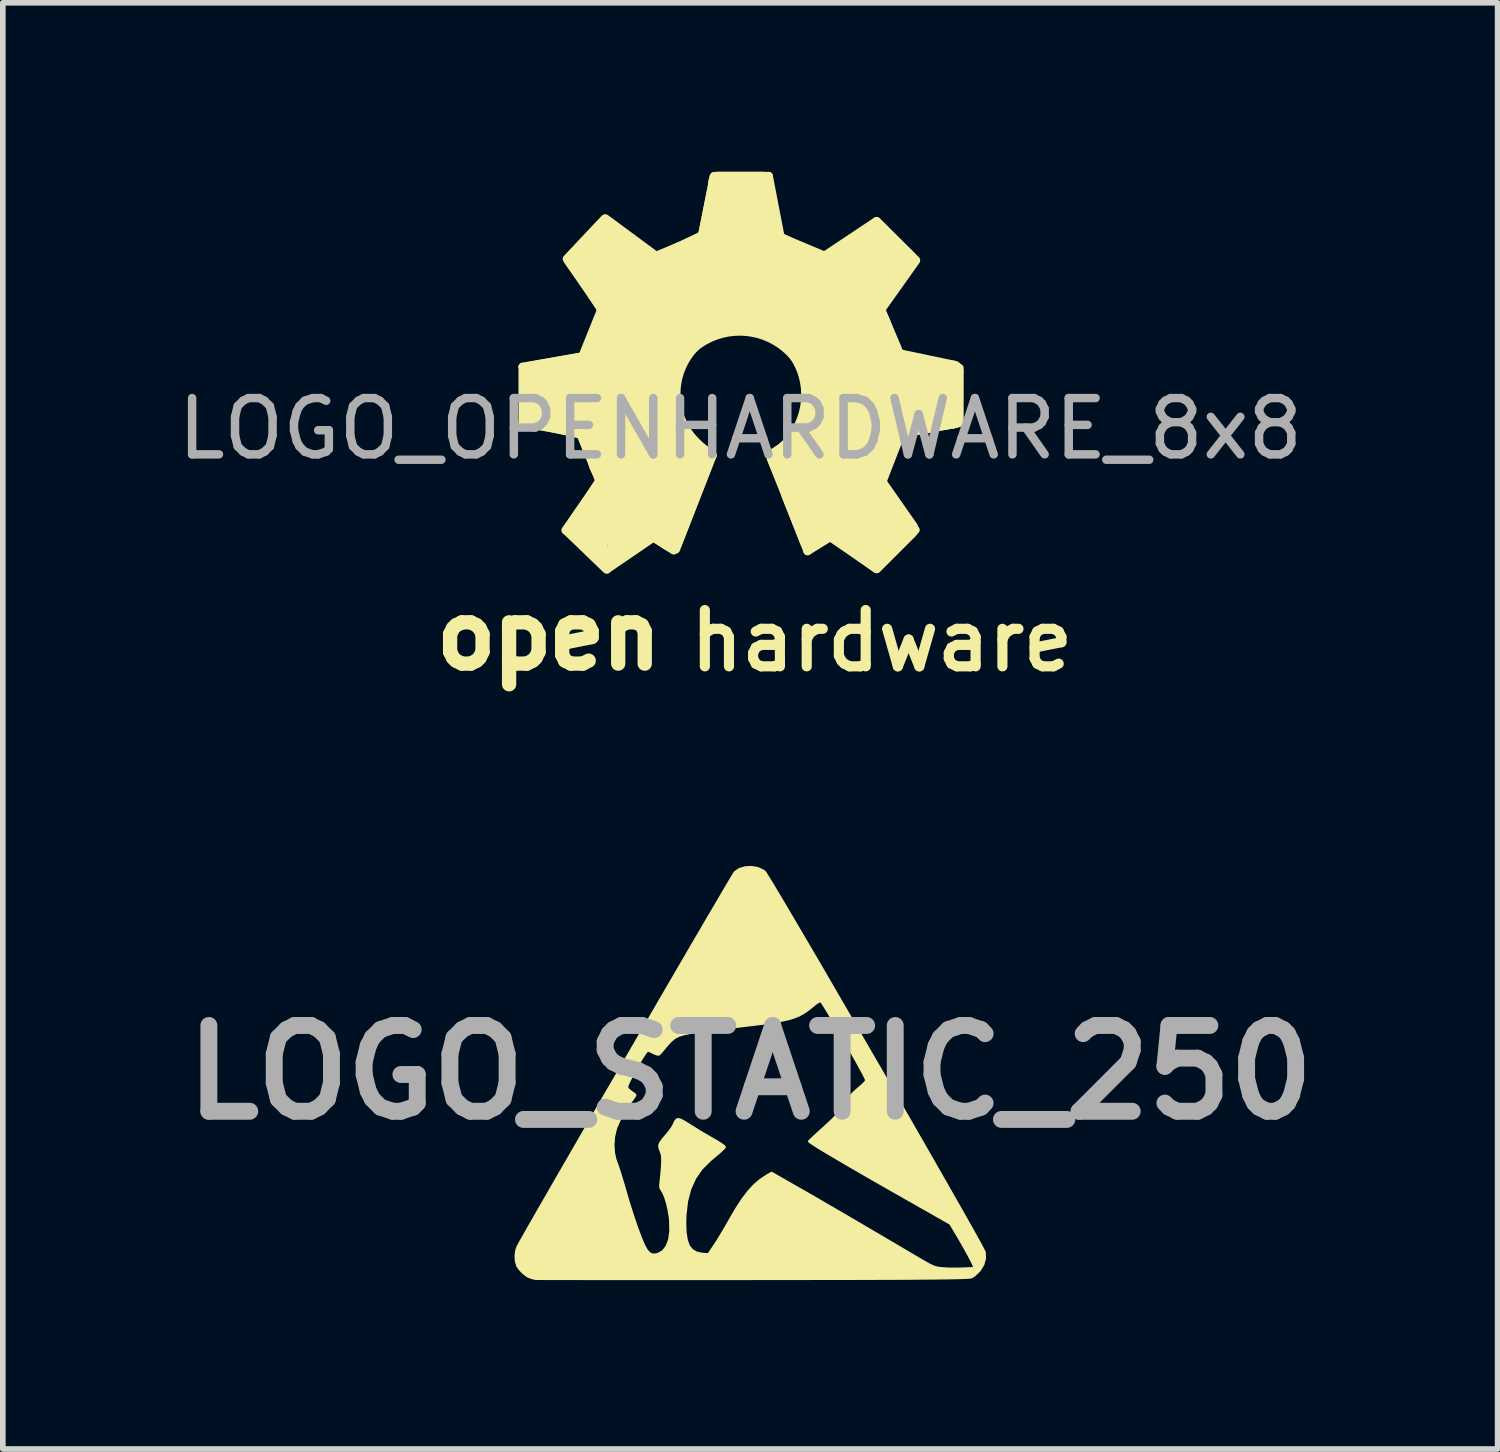
<source format=kicad_pcb>
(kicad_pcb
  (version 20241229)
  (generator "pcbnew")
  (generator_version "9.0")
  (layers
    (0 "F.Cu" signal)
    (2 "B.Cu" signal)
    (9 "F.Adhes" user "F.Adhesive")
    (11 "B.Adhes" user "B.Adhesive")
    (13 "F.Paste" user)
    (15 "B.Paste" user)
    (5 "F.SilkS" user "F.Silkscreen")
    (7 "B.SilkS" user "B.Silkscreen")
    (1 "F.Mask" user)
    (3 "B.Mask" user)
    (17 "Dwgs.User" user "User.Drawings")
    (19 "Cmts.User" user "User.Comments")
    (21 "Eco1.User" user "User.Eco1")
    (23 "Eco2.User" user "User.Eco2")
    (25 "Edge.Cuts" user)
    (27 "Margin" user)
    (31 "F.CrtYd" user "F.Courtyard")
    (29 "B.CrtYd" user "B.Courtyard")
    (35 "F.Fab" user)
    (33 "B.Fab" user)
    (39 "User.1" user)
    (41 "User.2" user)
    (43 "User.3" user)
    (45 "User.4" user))
  (footprint "LOGO_OPENHARDWARE_8x8"
    (layer "F.Cu")
    (at 10.101 4.066)
    (property "Reference" "LOGO_OPENHARDWARE_8x8" (at 0 0.5 0) (layer "F.Fab") (effects (font (size 1 1) (thickness 0.15))))
    (attr through_hole)
    (fp_line (start -3.868 -0.599) (end -2.697 -0.803) (stroke (width 0.15) (type solid)) (layer "F.SilkS"))
    (fp_line (start -3.866 -0.597) (end -3.866 0.389) (stroke (width 0.15) (type solid)) (layer "F.SilkS"))
    (fp_line (start -3.866 0.396) (end -2.794 0.592) (stroke (width 0.15) (type solid)) (layer "F.SilkS"))
    (fp_line (start -3.729 -0.505) (end -2.71 -0.686) (stroke (width 0.37) (type solid)) (layer "F.SilkS"))
    (fp_line (start -3.726 0.284) (end -2.776 0.503) (stroke (width 0.37) (type solid)) (layer "F.SilkS"))
    (fp_line (start -3.716 -0.493) (end -3.721 0.295) (stroke (width 0.38) (type solid)) (layer "F.SilkS"))
    (fp_line (start -3.716 -0.353) (end -2.601 -0.599) (stroke (width 0.15) (type solid)) (layer "F.SilkS"))
    (fp_line (start -3.574 -0.409) (end -3.574 0.241) (stroke (width 0.15) (type solid)) (layer "F.SilkS"))
    (fp_line (start -3.259 -0.112) (end -1.841 -0.173) (stroke (width 1) (type solid)) (layer "F.SilkS"))
    (fp_line (start -3.104 2.304) (end -2.507 1.44) (stroke (width 0.15) (type solid)) (layer "F.SilkS"))
    (fp_line (start -3.081 -2.517) (end -2.408 -3.231) (stroke (width 0.15) (type solid)) (layer "F.SilkS"))
    (fp_line (start -3.061 -2.482) (end -2.466 -1.628) (stroke (width 0.15) (type solid)) (layer "F.SilkS"))
    (fp_line (start -2.939 2.286) (end -2.375 2.824) (stroke (width 0.38) (type solid)) (layer "F.SilkS"))
    (fp_line (start -2.924 2.286) (end -2.39 1.453) (stroke (width 0.37) (type solid)) (layer "F.SilkS"))
    (fp_line (start -2.918 -2.512) (end -2.418 -3.045) (stroke (width 0.38) (type solid)) (layer "F.SilkS"))
    (fp_line (start -2.908 -2.489) (end -2.352 -1.638) (stroke (width 0.37) (type solid)) (layer "F.SilkS"))
    (fp_line (start -2.799 -0.798) (end -2.464 -1.631) (stroke (width 0.15) (type solid)) (layer "F.SilkS"))
    (fp_line (start -2.748 0.526) (end -2.39 1.41) (stroke (width 0.37) (type solid)) (layer "F.SilkS"))
    (fp_line (start -2.68 -0.721) (end -2.332 -1.587) (stroke (width 0.37) (type solid)) (layer "F.SilkS"))
    (fp_line (start -2.461 0.376) (end -1.755 0.249) (stroke (width 1) (type solid)) (layer "F.SilkS"))
    (fp_line (start -2.426 -2.969) (end -1.542 -2.248) (stroke (width 0.15) (type solid)) (layer "F.SilkS"))
    (fp_line (start -2.395 -3.233) (end -1.425 -2.517) (stroke (width 0.15) (type solid)) (layer "F.SilkS"))
    (fp_line (start -2.375 3) (end -3.096 2.306) (stroke (width 0.15) (type solid)) (layer "F.SilkS"))
    (fp_line (start -2.37 -3.071) (end -1.542 -2.418) (stroke (width 0.37) (type solid)) (layer "F.SilkS"))
    (fp_line (start -2.362 2.824) (end -1.582 2.294) (stroke (width 0.4) (type solid)) (layer "F.SilkS"))
    (fp_line (start -2.273 -2.398) (end -1.212 -1.29) (stroke (width 1) (type solid)) (layer "F.SilkS"))
    (fp_line (start -2.223 2.093) (end -1.369 1.072) (stroke (width 1) (type solid)) (layer "F.SilkS"))
    (fp_line (start -2.212 1.021) (end -1.648 0.541) (stroke (width 1) (type solid)) (layer "F.SilkS"))
    (fp_line (start -2.187 -1.621) (end -2.573 -0.622) (stroke (width 0.15) (type solid)) (layer "F.SilkS"))
    (fp_line (start -2.182 -1.615) (end -2.784 -2.525) (stroke (width 0.15) (type solid)) (layer "F.SilkS"))
    (fp_line (start -2.136 -0.869) (end -1.694 -0.709) (stroke (width 1) (type solid)) (layer "F.SilkS"))
    (fp_line (start -1.961 -1.349) (end -1.504 -1.059) (stroke (width 1) (type solid)) (layer "F.SilkS"))
    (fp_line (start -1.572 2.276) (end -1.255 2.482) (stroke (width 0.37) (type solid)) (layer "F.SilkS"))
    (fp_line (start -1.547 1.92) (end -1.181 1.158) (stroke (width 1) (type solid)) (layer "F.SilkS"))
    (fp_line (start -1.542 2.428) (end -2.367 2.992) (stroke (width 0.15) (type solid)) (layer "F.SilkS"))
    (fp_line (start -1.537 -2.25) (end -0.554 -2.743) (stroke (width 0.15) (type solid)) (layer "F.SilkS"))
    (fp_line (start -1.529 2.438) (end -1.184 2.659) (stroke (width 0.15) (type solid)) (layer "F.SilkS"))
    (fp_line (start -1.481 -2.428) (end -0.635 -2.835) (stroke (width 0.37) (type solid)) (layer "F.SilkS"))
    (fp_line (start -1.46 -2.586) (end -0.556 -2.964) (stroke (width 0.15) (type solid)) (layer "F.SilkS"))
    (fp_line (start -1.45 -0.391) (end -1.318 0.432) (stroke (width 0.15) (type solid)) (layer "F.SilkS"))
    (fp_line (start -1.313 0.462) (end -1.219 0.632) (stroke (width 0.15) (type solid)) (layer "F.SilkS"))
    (fp_line (start -1.313 0.462) (end -1.219 0.632) (stroke (width 0.15) (type solid)) (layer "F.SilkS"))
    (fp_line (start -1.227 2.461) (end -0.676 1.039) (stroke (width 0.42) (type solid)) (layer "F.SilkS"))
    (fp_line (start -1.206 0.663) (end -0.899 0.93) (stroke (width 0.15) (type solid)) (layer "F.SilkS"))
    (fp_line (start -1.146 2.642) (end -0.495 0.973) (stroke (width 0.15) (type solid)) (layer "F.SilkS"))
    (fp_line (start -1.09 0.683) (end -0.831 1.021) (stroke (width 0.15) (type solid)) (layer "F.SilkS"))
    (fp_line (start -1.026 -1.128) (end -1.445 -0.396) (stroke (width 0.15) (type solid)) (layer "F.SilkS"))
    (fp_line (start -0.963 -2.126) (end -0.787 -1.768) (stroke (width 1) (type solid)) (layer "F.SilkS"))
    (fp_line (start -0.721 0.798) (end -0.495 0.973) (stroke (width 0.15) (type solid)) (layer "F.SilkS"))
    (fp_line (start -0.528 -2.385) (end -0.361 -1.775) (stroke (width 1) (type solid)) (layer "F.SilkS"))
    (fp_line (start -0.472 -3.98) (end -0.673 -2.954) (stroke (width 0.15) (type solid)) (layer "F.SilkS"))
    (fp_line (start -0.462 -3.988) (end 0.503 -3.988) (stroke (width 0.15) (type solid)) (layer "F.SilkS"))
    (fp_line (start -0.384 -3.881) (end 0.401 -3.881) (stroke (width 0.37) (type solid)) (layer "F.SilkS"))
    (fp_line (start -0.376 -3.868) (end -0.582 -2.855) (stroke (width 0.37) (type solid)) (layer "F.SilkS"))
    (fp_line (start -0.155 -1.557) (end -1.026 -1.128) (stroke (width 0.15) (type solid)) (layer "F.SilkS"))
    (fp_line (start -0.013 -3.373) (end -0.008 -1.859) (stroke (width 1) (type solid)) (layer "F.SilkS"))
    (fp_line (start 0.384 -3.861) (end 0.597 -2.842) (stroke (width 0.37) (type solid)) (layer "F.SilkS"))
    (fp_line (start 0.503 -3.988) (end 0.729 -2.817) (stroke (width 0.15) (type solid)) (layer "F.SilkS"))
    (fp_line (start 0.597 -2.842) (end 1.499 -2.393) (stroke (width 0.37) (type solid)) (layer "F.SilkS"))
    (fp_line (start 0.643 1.255) (end 0.521 0.97) (stroke (width 0.15) (type solid)) (layer "F.SilkS"))
    (fp_line (start 0.66 -1.389) (end -0.155 -1.549) (stroke (width 0.15) (type solid)) (layer "F.SilkS"))
    (fp_line (start 0.719 -2.898) (end 1.524 -2.56) (stroke (width 0.15) (type solid)) (layer "F.SilkS"))
    (fp_line (start 0.737 -2.37) (end 0.516 -1.684) (stroke (width 1) (type solid)) (layer "F.SilkS"))
    (fp_line (start 0.78 0.8) (end 0.526 0.965) (stroke (width 0.15) (type solid)) (layer "F.SilkS"))
    (fp_line (start 0.803 0.993) (end 1.331 2.375) (stroke (width 0.15) (type solid)) (layer "F.SilkS"))
    (fp_line (start 0.846 1.052) (end 1.024 0.93) (stroke (width 0.15) (type solid)) (layer "F.SilkS"))
    (fp_line (start 1.024 0.93) (end 1.4 0.218) (stroke (width 0.15) (type solid)) (layer "F.SilkS"))
    (fp_line (start 1.163 1.067) (end 1.496 1.798) (stroke (width 1) (type solid)) (layer "F.SilkS"))
    (fp_line (start 1.163 1.158) (end 2.344 2.172) (stroke (width 1) (type solid)) (layer "F.SilkS"))
    (fp_line (start 1.171 -0.96) (end 0.66 -1.389) (stroke (width 0.15) (type solid)) (layer "F.SilkS"))
    (fp_line (start 1.194 2.672) (end 0.808 1.692) (stroke (width 0.15) (type solid)) (layer "F.SilkS"))
    (fp_line (start 1.232 2.459) (end 0.658 1.019) (stroke (width 0.37) (type solid)) (layer "F.SilkS"))
    (fp_line (start 1.278 1.021) (end 1.895 1.349) (stroke (width 1) (type solid)) (layer "F.SilkS"))
    (fp_line (start 1.323 -2.118) (end 0.904 -1.532) (stroke (width 1) (type solid)) (layer "F.SilkS"))
    (fp_line (start 1.4 0.218) (end 1.4 -0.3) (stroke (width 0.15) (type solid)) (layer "F.SilkS"))
    (fp_line (start 1.405 -2.512) (end 2.416 -3.185) (stroke (width 0.15) (type solid)) (layer "F.SilkS"))
    (fp_line (start 1.405 -0.287) (end 1.171 -0.96) (stroke (width 0.15) (type solid)) (layer "F.SilkS"))
    (fp_line (start 1.511 -2.398) (end 2.416 -3.032) (stroke (width 0.37) (type solid)) (layer "F.SilkS"))
    (fp_line (start 1.542 2.372) (end 2.418 2.992) (stroke (width 0.15) (type solid)) (layer "F.SilkS"))
    (fp_line (start 1.57 2.273) (end 1.232 2.459) (stroke (width 0.37) (type solid)) (layer "F.SilkS"))
    (fp_line (start 1.598 0.602) (end 2.207 0.709) (stroke (width 1) (type solid)) (layer "F.SilkS"))
    (fp_line (start 1.722 2.344) (end 1.194 2.672) (stroke (width 0.15) (type solid)) (layer "F.SilkS"))
    (fp_line (start 2.192 -1.25) (end 1.537 -0.884) (stroke (width 1) (type solid)) (layer "F.SilkS"))
    (fp_line (start 2.253 -2.316) (end 1.14 -1.25) (stroke (width 1) (type solid)) (layer "F.SilkS"))
    (fp_line (start 2.352 -1.692) (end 2.692 -0.754) (stroke (width 0.37) (type solid)) (layer "F.SilkS"))
    (fp_line (start 2.355 1.392) (end 2.974 2.278) (stroke (width 0.37) (type solid)) (layer "F.SilkS"))
    (fp_line (start 2.405 2.677) (end 1.585 2.149) (stroke (width 0.15) (type solid)) (layer "F.SilkS"))
    (fp_line (start 2.405 2.84) (end 1.57 2.273) (stroke (width 0.37) (type solid)) (layer "F.SilkS"))
    (fp_line (start 2.416 -3.03) (end 2.969 -2.484) (stroke (width 0.37) (type solid)) (layer "F.SilkS"))
    (fp_line (start 2.421 -3.188) (end 3.114 -2.497) (stroke (width 0.15) (type solid)) (layer "F.SilkS"))
    (fp_line (start 2.421 2.832) (end 2.974 2.286) (stroke (width 0.37) (type solid)) (layer "F.SilkS"))
    (fp_line (start 2.428 2.987) (end 3.111 2.296) (stroke (width 0.15) (type solid)) (layer "F.SilkS"))
    (fp_line (start 2.433 -0.556) (end 1.712 -0.409) (stroke (width 1) (type solid)) (layer "F.SilkS"))
    (fp_line (start 2.504 -1.608) (end 2.87 -0.739) (stroke (width 0.15) (type solid)) (layer "F.SilkS"))
    (fp_line (start 2.692 -0.754) (end 3.774 -0.526) (stroke (width 0.37) (type solid)) (layer "F.SilkS"))
    (fp_line (start 2.753 0.61) (end 3.876 0.399) (stroke (width 0.15) (type solid)) (layer "F.SilkS"))
    (fp_line (start 2.761 0.48) (end 2.355 1.392) (stroke (width 0.37) (type solid)) (layer "F.SilkS"))
    (fp_line (start 2.824 2.212) (end 2.339 2.743) (stroke (width 0.15) (type solid)) (layer "F.SilkS"))
    (fp_line (start 2.857 0.577) (end 2.477 1.557) (stroke (width 0.15) (type solid)) (layer "F.SilkS"))
    (fp_line (start 2.969 -2.482) (end 2.352 -1.692) (stroke (width 0.37) (type solid)) (layer "F.SilkS"))
    (fp_line (start 3.119 -2.489) (end 2.416 -1.499) (stroke (width 0.15) (type solid)) (layer "F.SilkS"))
    (fp_line (start 3.244 -0.132) (end 1.775 -0.046) (stroke (width 1) (type solid)) (layer "F.SilkS"))
    (fp_line (start 3.774 -0.526) (end 3.774 0.31) (stroke (width 0.37) (type solid)) (layer "F.SilkS"))
    (fp_line (start 3.774 0.31) (end 2.761 0.48) (stroke (width 0.37) (type solid)) (layer "F.SilkS"))
    (fp_line (start 3.807 0.163) (end 2.7 0.386) (stroke (width 0.15) (type solid)) (layer "F.SilkS"))
    (fp_line (start 3.891 -0.579) (end 3.889 0.378) (stroke (width 0.15) (type solid)) (layer "F.SilkS"))
    (fp_arc (start -0.8763 -1.03124) (mid 0.127392 -1.330927) (end 1.04902 -0.83312) (stroke (width 0.37) (type solid)) (layer "F.SilkS"))
    (fp_arc (start -0.8255 0.84836) (mid -1.247617 -0.062958) (end -0.9017 -1.00584) (stroke (width 0.37) (type solid)) (layer "F.SilkS"))
    (fp_arc (start 1.03886 -0.84836) (mid 1.239562 0.160623) (end 0.66802 1.016) (stroke (width 0.37) (type solid)) (layer "F.SilkS"))
    (fp_text user "hardware" (at 2.512 4.267 0) (layer "F.SilkS") (effects (font (size 1 1) (thickness 0.18))))
    (fp_text user "open" (at -3.401 4.176 0) (layer "F.SilkS") (effects (font (size 1.1 1.1) (thickness 0.254)))))
  (footprint "LOGO_STATIC_250"
    (layer "F.Cu")
    (at 10.276 16)
    (property "Reference" "LOGO_STATIC_250" (at 0 0 0) (layer "F.Fab") (effects (font (size 1.524 1.524) (thickness 0.3))))
    (attr through_hole)
    (fp_poly (pts (xy 4.177 3.303) (xy 4.146 3.415) (xy 4.083 3.52) (xy 3.993 3.607) (xy 3.973 3.62) (xy 3.973 3.462) (xy 3.968 3.442) (xy 3.944 3.391) (xy 3.907 3.317) (xy 3.858 3.226) (xy 3.803 3.126) (xy 3.744 3.022) (xy 3.69 2.929) (xy 3.549 2.692) (xy 2.849 2.294) (xy 2.513 2.103) (xy 2.21 1.93) (xy 1.941 1.775) (xy 1.706 1.639) (xy 1.506 1.521) (xy 1.34 1.423) (xy 1.21 1.344) (xy 1.116 1.284) (xy 1.058 1.245) (xy 1.037 1.225) (xy 1.037 1.225) (xy 1.052 1.206) (xy 1.094 1.165) (xy 1.157 1.106) (xy 1.236 1.034) (xy 1.295 0.981) (xy 1.464 0.824) (xy 1.597 0.683) (xy 1.694 0.559) (xy 1.753 0.453) (xy 1.755 0.45) (xy 1.784 0.406) (xy 1.836 0.349) (xy 1.903 0.289) (xy 1.917 0.277) (xy 1.98 0.223) (xy 2.028 0.176) (xy 2.052 0.144) (xy 2.053 0.138) (xy 2.043 0.111) (xy 2.014 0.052) (xy 1.969 -0.032) (xy 1.911 -0.138) (xy 1.843 -0.26) (xy 1.768 -0.394) (xy 1.688 -0.533) (xy 1.608 -0.673) (xy 1.528 -0.809) (xy 1.454 -0.936) (xy 1.386 -1.049) (xy 1.329 -1.142) (xy 1.286 -1.211) (xy 1.258 -1.251) (xy 1.251 -1.258) (xy 1.226 -1.252) (xy 1.18 -1.224) (xy 1.14 -1.193) (xy 1.068 -1.134) (xy 1.001 -1.083) (xy 0.934 -1.04) (xy 0.863 -1.003) (xy 0.784 -0.971) (xy 0.693 -0.943) (xy 0.585 -0.918) (xy 0.456 -0.894) (xy 0.301 -0.87) (xy 0.117 -0.846) (xy -0.102 -0.82) (xy -0.328 -0.793) (xy -0.484 -0.775) (xy -0.642 -0.755) (xy -0.791 -0.736) (xy -0.921 -0.718) (xy -1.022 -0.703) (xy -1.045 -0.699) (xy -1.171 -0.674) (xy -1.267 -0.645) (xy -1.343 -0.604) (xy -1.413 -0.545) (xy -1.487 -0.462) (xy -1.513 -0.429) (xy -1.561 -0.371) (xy -1.601 -0.328) (xy -1.622 -0.31) (xy -1.655 -0.313) (xy -1.706 -0.332) (xy -1.723 -0.34) (xy -1.775 -0.366) (xy -1.812 -0.38) (xy -1.818 -0.381) (xy -1.838 -0.363) (xy -1.873 -0.315) (xy -1.918 -0.244) (xy -1.97 -0.158) (xy -2.024 -0.063) (xy -2.076 0.032) (xy -2.121 0.12) (xy -2.156 0.193) (xy -2.177 0.245) (xy -2.18 0.262) (xy -2.164 0.292) (xy -2.122 0.328) (xy -2.106 0.339) (xy -2.06 0.371) (xy -2.034 0.397) (xy -2.032 0.402) (xy -2.044 0.427) (xy -2.076 0.473) (xy -2.117 0.527) (xy -2.212 0.663) (xy -2.299 0.817) (xy -2.367 0.97) (xy -2.383 1.016) (xy -2.412 1.144) (xy -2.423 1.285) (xy -2.414 1.424) (xy -2.388 1.545) (xy -2.376 1.577) (xy -2.355 1.632) (xy -2.326 1.719) (xy -2.291 1.829) (xy -2.254 1.952) (xy -2.224 2.053) (xy -2.149 2.311) (xy -2.074 2.546) (xy -2.003 2.754) (xy -1.937 2.931) (xy -1.885 3.054) (xy -1.835 3.149) (xy -1.785 3.206) (xy -1.729 3.23) (xy -1.662 3.224) (xy -1.638 3.217) (xy -1.553 3.167) (xy -1.488 3.082) (xy -1.445 2.966) (xy -1.425 2.819) (xy -1.428 2.646) (xy -1.435 2.572) (xy -1.457 2.44) (xy -1.486 2.316) (xy -1.52 2.208) (xy -1.556 2.127) (xy -1.579 2.093) (xy -1.602 2.05) (xy -1.604 1.987) (xy -1.601 1.964) (xy -1.594 1.901) (xy -1.585 1.812) (xy -1.577 1.712) (xy -1.574 1.677) (xy -1.569 1.576) (xy -1.57 1.505) (xy -1.579 1.451) (xy -1.596 1.402) (xy -1.598 1.396) (xy -1.619 1.341) (xy -1.622 1.294) (xy -1.604 1.246) (xy -1.562 1.186) (xy -1.495 1.108) (xy -1.439 1.04) (xy -1.392 0.973) (xy -1.366 0.926) (xy -1.339 0.867) (xy -1.312 0.832) (xy -1.277 0.821) (xy -1.229 0.835) (xy -1.16 0.872) (xy -1.074 0.926) (xy -0.968 0.992) (xy -0.844 1.068) (xy -0.721 1.14) (xy -0.661 1.174) (xy -0.577 1.223) (xy -0.507 1.268) (xy -0.461 1.302) (xy -0.445 1.32) (xy -0.448 1.333) (xy -0.462 1.351) (xy -0.49 1.379) (xy -0.536 1.422) (xy -0.607 1.482) (xy -0.705 1.565) (xy -0.709 1.568) (xy -0.857 1.715) (xy -0.973 1.882) (xy -1.059 2.073) (xy -1.116 2.289) (xy -1.144 2.534) (xy -1.148 2.669) (xy -1.142 2.842) (xy -1.12 2.978) (xy -1.083 3.08) (xy -1.026 3.151) (xy -0.95 3.194) (xy -0.86 3.213) (xy -0.745 3.222) (xy -0.638 3.063) (xy -0.586 2.983) (xy -0.522 2.878) (xy -0.453 2.762) (xy -0.387 2.647) (xy -0.379 2.632) (xy -0.258 2.424) (xy -0.146 2.251) (xy -0.039 2.11) (xy 0.067 1.995) (xy 0.175 1.903) (xy 0.279 1.833) (xy 0.379 1.775) (xy 0.84 2.038) (xy 1.015 2.138) (xy 1.224 2.259) (xy 1.468 2.401) (xy 1.745 2.562) (xy 2.054 2.743) (xy 2.394 2.943) (xy 2.764 3.161) (xy 3.006 3.304) (xy 3.111 3.365) (xy 3.189 3.408) (xy 3.25 3.437) (xy 3.302 3.455) (xy 3.356 3.465) (xy 3.42 3.472) (xy 3.44 3.473) (xy 3.51 3.477) (xy 3.599 3.478) (xy 3.696 3.478) (xy 3.792 3.476) (xy 3.876 3.473) (xy 3.94 3.469) (xy 3.972 3.463) (xy 3.973 3.462) (xy 3.973 3.62) (xy 3.937 3.643) (xy 3.925 3.647) (xy 3.901 3.65) (xy 3.864 3.654) (xy 3.812 3.656) (xy 3.743 3.659) (xy 3.656 3.661) (xy 3.549 3.663) (xy 3.42 3.665) (xy 3.268 3.667) (xy 3.09 3.668) (xy 2.885 3.67) (xy 2.652 3.671) (xy 2.389 3.672) (xy 2.093 3.673) (xy 1.764 3.674) (xy 1.399 3.674) (xy 0.998 3.675) (xy 0.557 3.676) (xy 0.076 3.676) (xy 0.042 3.676) (xy -0.358 3.677) (xy -0.747 3.677) (xy -1.122 3.677) (xy -1.482 3.677) (xy -1.825 3.677) (xy -2.147 3.677) (xy -2.448 3.677) (xy -2.725 3.677) (xy -2.975 3.676) (xy -3.197 3.676) (xy -3.389 3.676) (xy -3.549 3.675) (xy -3.673 3.675) (xy -3.761 3.674) (xy -3.81 3.673) (xy -3.821 3.673) (xy -3.856 3.663) (xy -3.9 3.653) (xy -3.964 3.624) (xy -4.035 3.57) (xy -4.1 3.503) (xy -4.142 3.442) (xy -4.168 3.357) (xy -4.174 3.253) (xy -4.16 3.152) (xy -4.138 3.09) (xy -4.113 3.045) (xy -4.07 2.967) (xy -4.008 2.858) (xy -3.93 2.721) (xy -3.836 2.557) (xy -3.729 2.37) (xy -3.608 2.161) (xy -3.477 1.932) (xy -3.335 1.687) (xy -3.184 1.426) (xy -3.026 1.152) (xy -2.862 0.868) (xy -2.693 0.576) (xy -2.52 0.277) (xy -2.344 -0.025) (xy -2.168 -0.328) (xy -1.992 -0.631) (xy -1.818 -0.931) (xy -1.647 -1.226) (xy -1.48 -1.513) (xy -1.318 -1.791) (xy -1.163 -2.057) (xy -1.017 -2.308) (xy -0.879 -2.543) (xy -0.753 -2.76) (xy -0.638 -2.955) (xy -0.537 -3.127) (xy -0.451 -3.274) (xy -0.38 -3.393) (xy -0.327 -3.483) (xy -0.292 -3.54) (xy -0.277 -3.563) (xy -0.277 -3.563) (xy -0.195 -3.619) (xy -0.09 -3.65) (xy 0.024 -3.656) (xy 0.135 -3.637) (xy 0.232 -3.593) (xy 0.263 -3.57) (xy 0.281 -3.544) (xy 0.319 -3.484) (xy 0.376 -3.392) (xy 0.449 -3.27) (xy 0.539 -3.12) (xy 0.643 -2.945) (xy 0.76 -2.746) (xy 0.889 -2.527) (xy 1.029 -2.288) (xy 1.178 -2.034) (xy 1.335 -1.765) (xy 1.498 -1.484) (xy 1.667 -1.193) (xy 1.84 -0.895) (xy 2.016 -0.591) (xy 2.193 -0.285) (xy 2.371 0.022) (xy 2.547 0.327) (xy 2.721 0.629) (xy 2.891 0.925) (xy 3.056 1.212) (xy 3.215 1.489) (xy 3.366 1.753) (xy 3.508 2.002) (xy 3.64 2.234) (xy 3.761 2.446) (xy 3.868 2.636) (xy 3.962 2.802) (xy 4.04 2.942) (xy 4.101 3.053) (xy 4.144 3.134) (xy 4.168 3.181) (xy 4.172 3.192) (xy 4.177 3.303)) (stroke (width 0.025) (type solid)) (fill yes) (layer "F.SilkS")))
  (gr_rect
    (start -3 -3)
    (end 23.552 22.689)
    (stroke (width 0.1) (type default))
    (fill no)
    (layer "Edge.Cuts")))
</source>
